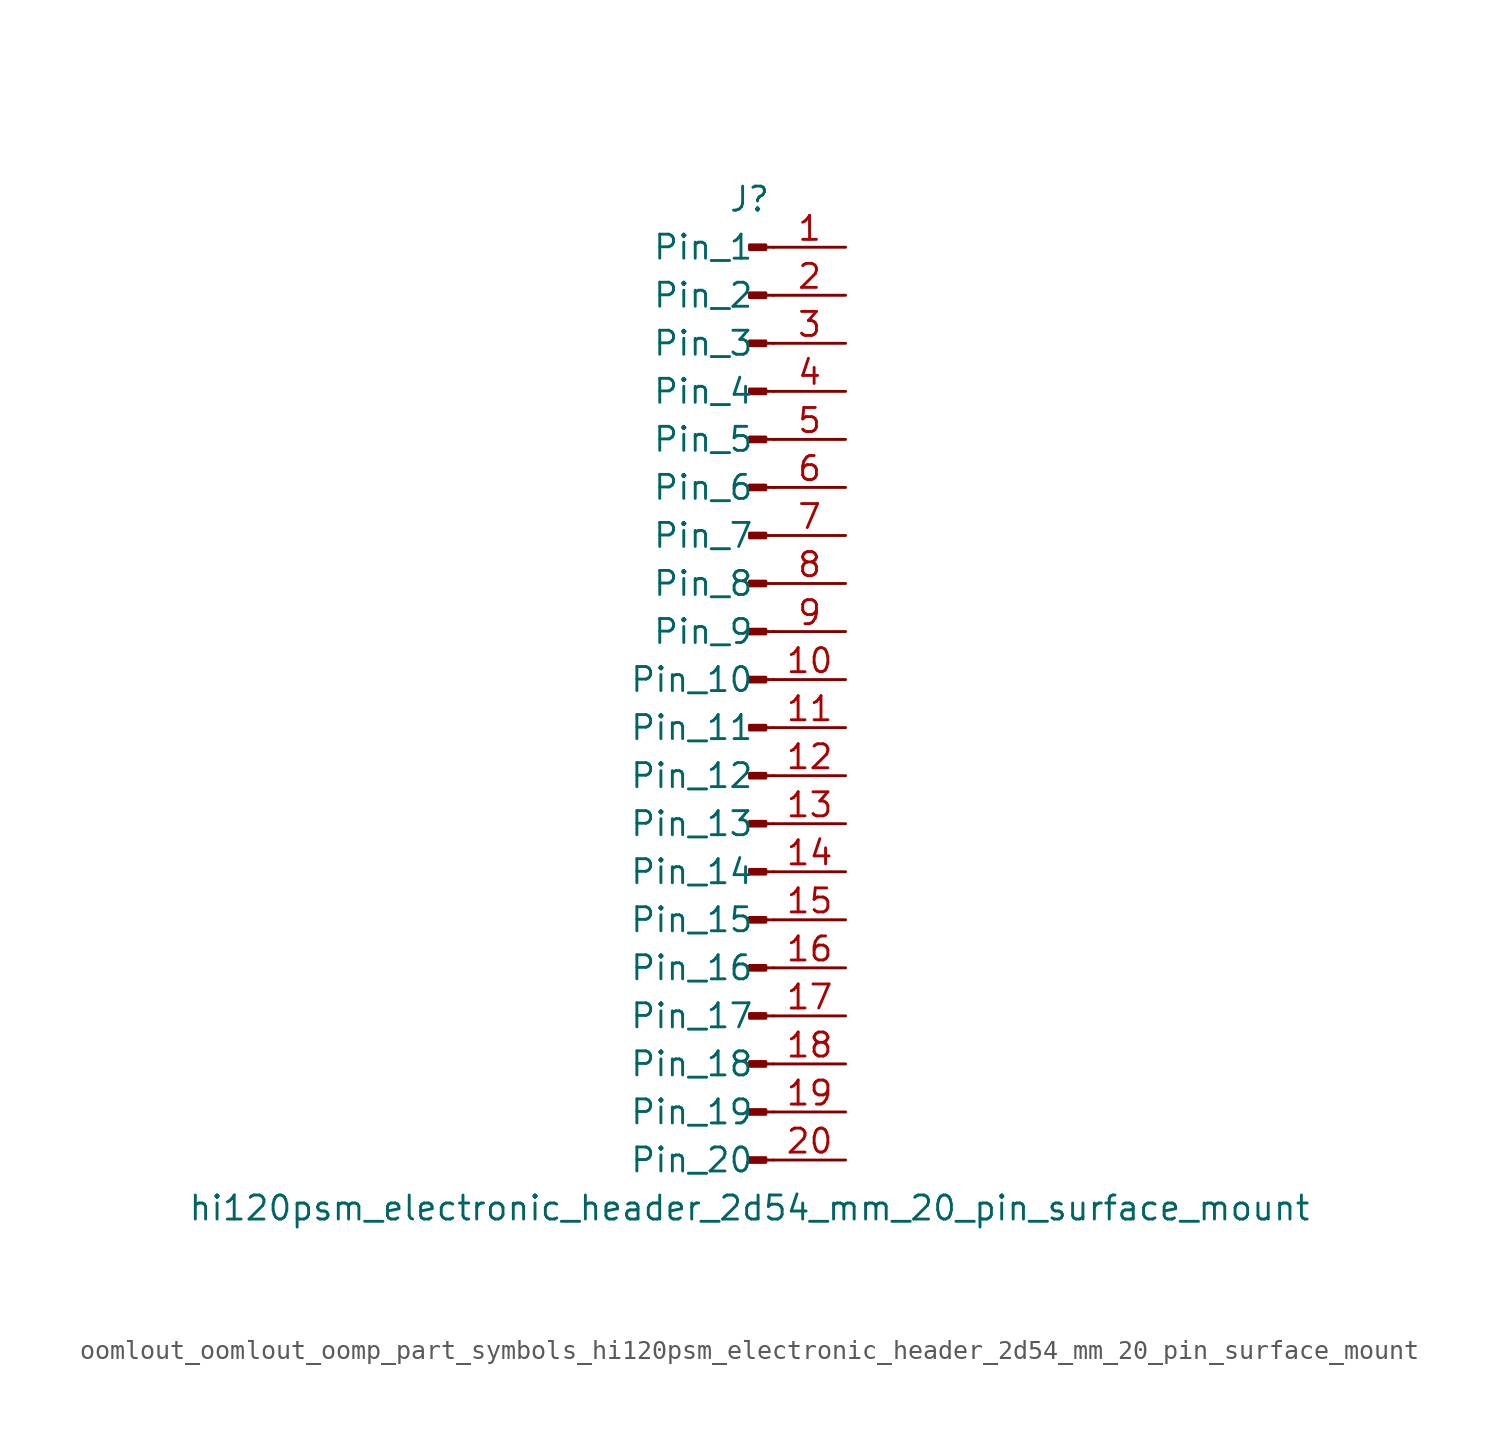
<source format=kicad_sym>
(kicad_symbol_lib
  (version 20220914)
  (generator kicad_symbol_editor)
  (symbol "oomlout_oomlout_oomp_part_symbols_hi120psm_electronic_header_2d54_mm_20_pin_surface_mount"
    (pin_names
      (offset 1.016))
    (property "Reference" "J"
      (at 0 25.4 0)
      (effects (font (size 1.27 1.27))))
    (property "Value" "hi120psm_electronic_header_2d54_mm_20_pin_surface_mount"
      (at 0 -27.94 0)
      (effects (font (size 1.27 1.27))))
    (property "ki_locked" ""
      (at 0 0 0)
      (effects (font (size 1.27 1.27))))
    (symbol "oomlout_oomlout_oomp_part_symbols_hi120psm_electronic_header_2d54_mm_20_pin_surface_mount_1_1"
      (polyline (pts (xy 1.27 -25.4) (xy 0.864 -25.4)) (stroke (width 0.152) (type default)) (fill (type none)))
      (polyline (pts (xy 1.27 -22.86) (xy 0.864 -22.86)) (stroke (width 0.152) (type default)) (fill (type none)))
      (polyline (pts (xy 1.27 -20.32) (xy 0.864 -20.32)) (stroke (width 0.152) (type default)) (fill (type none)))
      (polyline (pts (xy 1.27 -17.78) (xy 0.864 -17.78)) (stroke (width 0.152) (type default)) (fill (type none)))
      (polyline (pts (xy 1.27 -15.24) (xy 0.864 -15.24)) (stroke (width 0.152) (type default)) (fill (type none)))
      (polyline (pts (xy 1.27 -12.7) (xy 0.864 -12.7)) (stroke (width 0.152) (type default)) (fill (type none)))
      (polyline (pts (xy 1.27 -10.16) (xy 0.864 -10.16)) (stroke (width 0.152) (type default)) (fill (type none)))
      (polyline (pts (xy 1.27 -7.62) (xy 0.864 -7.62)) (stroke (width 0.152) (type default)) (fill (type none)))
      (polyline (pts (xy 1.27 -5.08) (xy 0.864 -5.08)) (stroke (width 0.152) (type default)) (fill (type none)))
      (polyline (pts (xy 1.27 -2.54) (xy 0.864 -2.54)) (stroke (width 0.152) (type default)) (fill (type none)))
      (polyline (pts (xy 1.27 0) (xy 0.864 0)) (stroke (width 0.152) (type default)) (fill (type none)))
      (polyline (pts (xy 1.27 2.54) (xy 0.864 2.54)) (stroke (width 0.152) (type default)) (fill (type none)))
      (polyline (pts (xy 1.27 5.08) (xy 0.864 5.08)) (stroke (width 0.152) (type default)) (fill (type none)))
      (polyline (pts (xy 1.27 7.62) (xy 0.864 7.62)) (stroke (width 0.152) (type default)) (fill (type none)))
      (polyline (pts (xy 1.27 10.16) (xy 0.864 10.16)) (stroke (width 0.152) (type default)) (fill (type none)))
      (polyline (pts (xy 1.27 12.7) (xy 0.864 12.7)) (stroke (width 0.152) (type default)) (fill (type none)))
      (polyline (pts (xy 1.27 15.24) (xy 0.864 15.24)) (stroke (width 0.152) (type default)) (fill (type none)))
      (polyline (pts (xy 1.27 17.78) (xy 0.864 17.78)) (stroke (width 0.152) (type default)) (fill (type none)))
      (polyline (pts (xy 1.27 20.32) (xy 0.864 20.32)) (stroke (width 0.152) (type default)) (fill (type none)))
      (polyline (pts (xy 1.27 22.86) (xy 0.864 22.86)) (stroke (width 0.152) (type default)) (fill (type none)))
      (rectangle (start 0.864 -25.273) (end 0 -25.527) (stroke (width 0.152) (type default)) (fill (type outline)))
      (rectangle (start 0.864 -22.733) (end 0 -22.987) (stroke (width 0.152) (type default)) (fill (type outline)))
      (rectangle (start 0.864 -20.193) (end 0 -20.447) (stroke (width 0.152) (type default)) (fill (type outline)))
      (rectangle (start 0.864 -17.653) (end 0 -17.907) (stroke (width 0.152) (type default)) (fill (type outline)))
      (rectangle (start 0.864 -15.113) (end 0 -15.367) (stroke (width 0.152) (type default)) (fill (type outline)))
      (rectangle (start 0.864 -12.573) (end 0 -12.827) (stroke (width 0.152) (type default)) (fill (type outline)))
      (rectangle (start 0.864 -10.033) (end 0 -10.287) (stroke (width 0.152) (type default)) (fill (type outline)))
      (rectangle (start 0.864 -7.493) (end 0 -7.747) (stroke (width 0.152) (type default)) (fill (type outline)))
      (rectangle (start 0.864 -4.953) (end 0 -5.207) (stroke (width 0.152) (type default)) (fill (type outline)))
      (rectangle (start 0.864 -2.413) (end 0 -2.667) (stroke (width 0.152) (type default)) (fill (type outline)))
      (rectangle (start 0.864 0.127) (end 0 -0.127) (stroke (width 0.152) (type default)) (fill (type outline)))
      (rectangle (start 0.864 2.667) (end 0 2.413) (stroke (width 0.152) (type default)) (fill (type outline)))
      (rectangle (start 0.864 5.207) (end 0 4.953) (stroke (width 0.152) (type default)) (fill (type outline)))
      (rectangle (start 0.864 7.747) (end 0 7.493) (stroke (width 0.152) (type default)) (fill (type outline)))
      (rectangle (start 0.864 10.287) (end 0 10.033) (stroke (width 0.152) (type default)) (fill (type outline)))
      (rectangle (start 0.864 12.827) (end 0 12.573) (stroke (width 0.152) (type default)) (fill (type outline)))
      (rectangle (start 0.864 15.367) (end 0 15.113) (stroke (width 0.152) (type default)) (fill (type outline)))
      (rectangle (start 0.864 17.907) (end 0 17.653) (stroke (width 0.152) (type default)) (fill (type outline)))
      (rectangle (start 0.864 20.447) (end 0 20.193) (stroke (width 0.152) (type default)) (fill (type outline)))
      (rectangle (start 0.864 22.987) (end 0 22.733) (stroke (width 0.152) (type default)) (fill (type outline)))
      (pin passive line (at 5.08 22.86 180) (length 3.81) (name "Pin_1" (effects (font (size 1.27 1.27)))) (number "1" (effects (font (size 1.27 1.27)))))
      (pin passive line (at 5.08 0 180) (length 3.81) (name "Pin_10" (effects (font (size 1.27 1.27)))) (number "10" (effects (font (size 1.27 1.27)))))
      (pin passive line (at 5.08 -2.54 180) (length 3.81) (name "Pin_11" (effects (font (size 1.27 1.27)))) (number "11" (effects (font (size 1.27 1.27)))))
      (pin passive line (at 5.08 -5.08 180) (length 3.81) (name "Pin_12" (effects (font (size 1.27 1.27)))) (number "12" (effects (font (size 1.27 1.27)))))
      (pin passive line (at 5.08 -7.62 180) (length 3.81) (name "Pin_13" (effects (font (size 1.27 1.27)))) (number "13" (effects (font (size 1.27 1.27)))))
      (pin passive line (at 5.08 -10.16 180) (length 3.81) (name "Pin_14" (effects (font (size 1.27 1.27)))) (number "14" (effects (font (size 1.27 1.27)))))
      (pin passive line (at 5.08 -12.7 180) (length 3.81) (name "Pin_15" (effects (font (size 1.27 1.27)))) (number "15" (effects (font (size 1.27 1.27)))))
      (pin passive line (at 5.08 -15.24 180) (length 3.81) (name "Pin_16" (effects (font (size 1.27 1.27)))) (number "16" (effects (font (size 1.27 1.27)))))
      (pin passive line (at 5.08 -17.78 180) (length 3.81) (name "Pin_17" (effects (font (size 1.27 1.27)))) (number "17" (effects (font (size 1.27 1.27)))))
      (pin passive line (at 5.08 -20.32 180) (length 3.81) (name "Pin_18" (effects (font (size 1.27 1.27)))) (number "18" (effects (font (size 1.27 1.27)))))
      (pin passive line (at 5.08 -22.86 180) (length 3.81) (name "Pin_19" (effects (font (size 1.27 1.27)))) (number "19" (effects (font (size 1.27 1.27)))))
      (pin passive line (at 5.08 20.32 180) (length 3.81) (name "Pin_2" (effects (font (size 1.27 1.27)))) (number "2" (effects (font (size 1.27 1.27)))))
      (pin passive line (at 5.08 -25.4 180) (length 3.81) (name "Pin_20" (effects (font (size 1.27 1.27)))) (number "20" (effects (font (size 1.27 1.27)))))
      (pin passive line (at 5.08 17.78 180) (length 3.81) (name "Pin_3" (effects (font (size 1.27 1.27)))) (number "3" (effects (font (size 1.27 1.27)))))
      (pin passive line (at 5.08 15.24 180) (length 3.81) (name "Pin_4" (effects (font (size 1.27 1.27)))) (number "4" (effects (font (size 1.27 1.27)))))
      (pin passive line (at 5.08 12.7 180) (length 3.81) (name "Pin_5" (effects (font (size 1.27 1.27)))) (number "5" (effects (font (size 1.27 1.27)))))
      (pin passive line (at 5.08 10.16 180) (length 3.81) (name "Pin_6" (effects (font (size 1.27 1.27)))) (number "6" (effects (font (size 1.27 1.27)))))
      (pin passive line (at 5.08 7.62 180) (length 3.81) (name "Pin_7" (effects (font (size 1.27 1.27)))) (number "7" (effects (font (size 1.27 1.27)))))
      (pin passive line (at 5.08 5.08 180) (length 3.81) (name "Pin_8" (effects (font (size 1.27 1.27)))) (number "8" (effects (font (size 1.27 1.27)))))
      (pin passive line (at 5.08 2.54 180) (length 3.81) (name "Pin_9" (effects (font (size 1.27 1.27)))) (number "9" (effects (font (size 1.27 1.27))))))))
</source>
